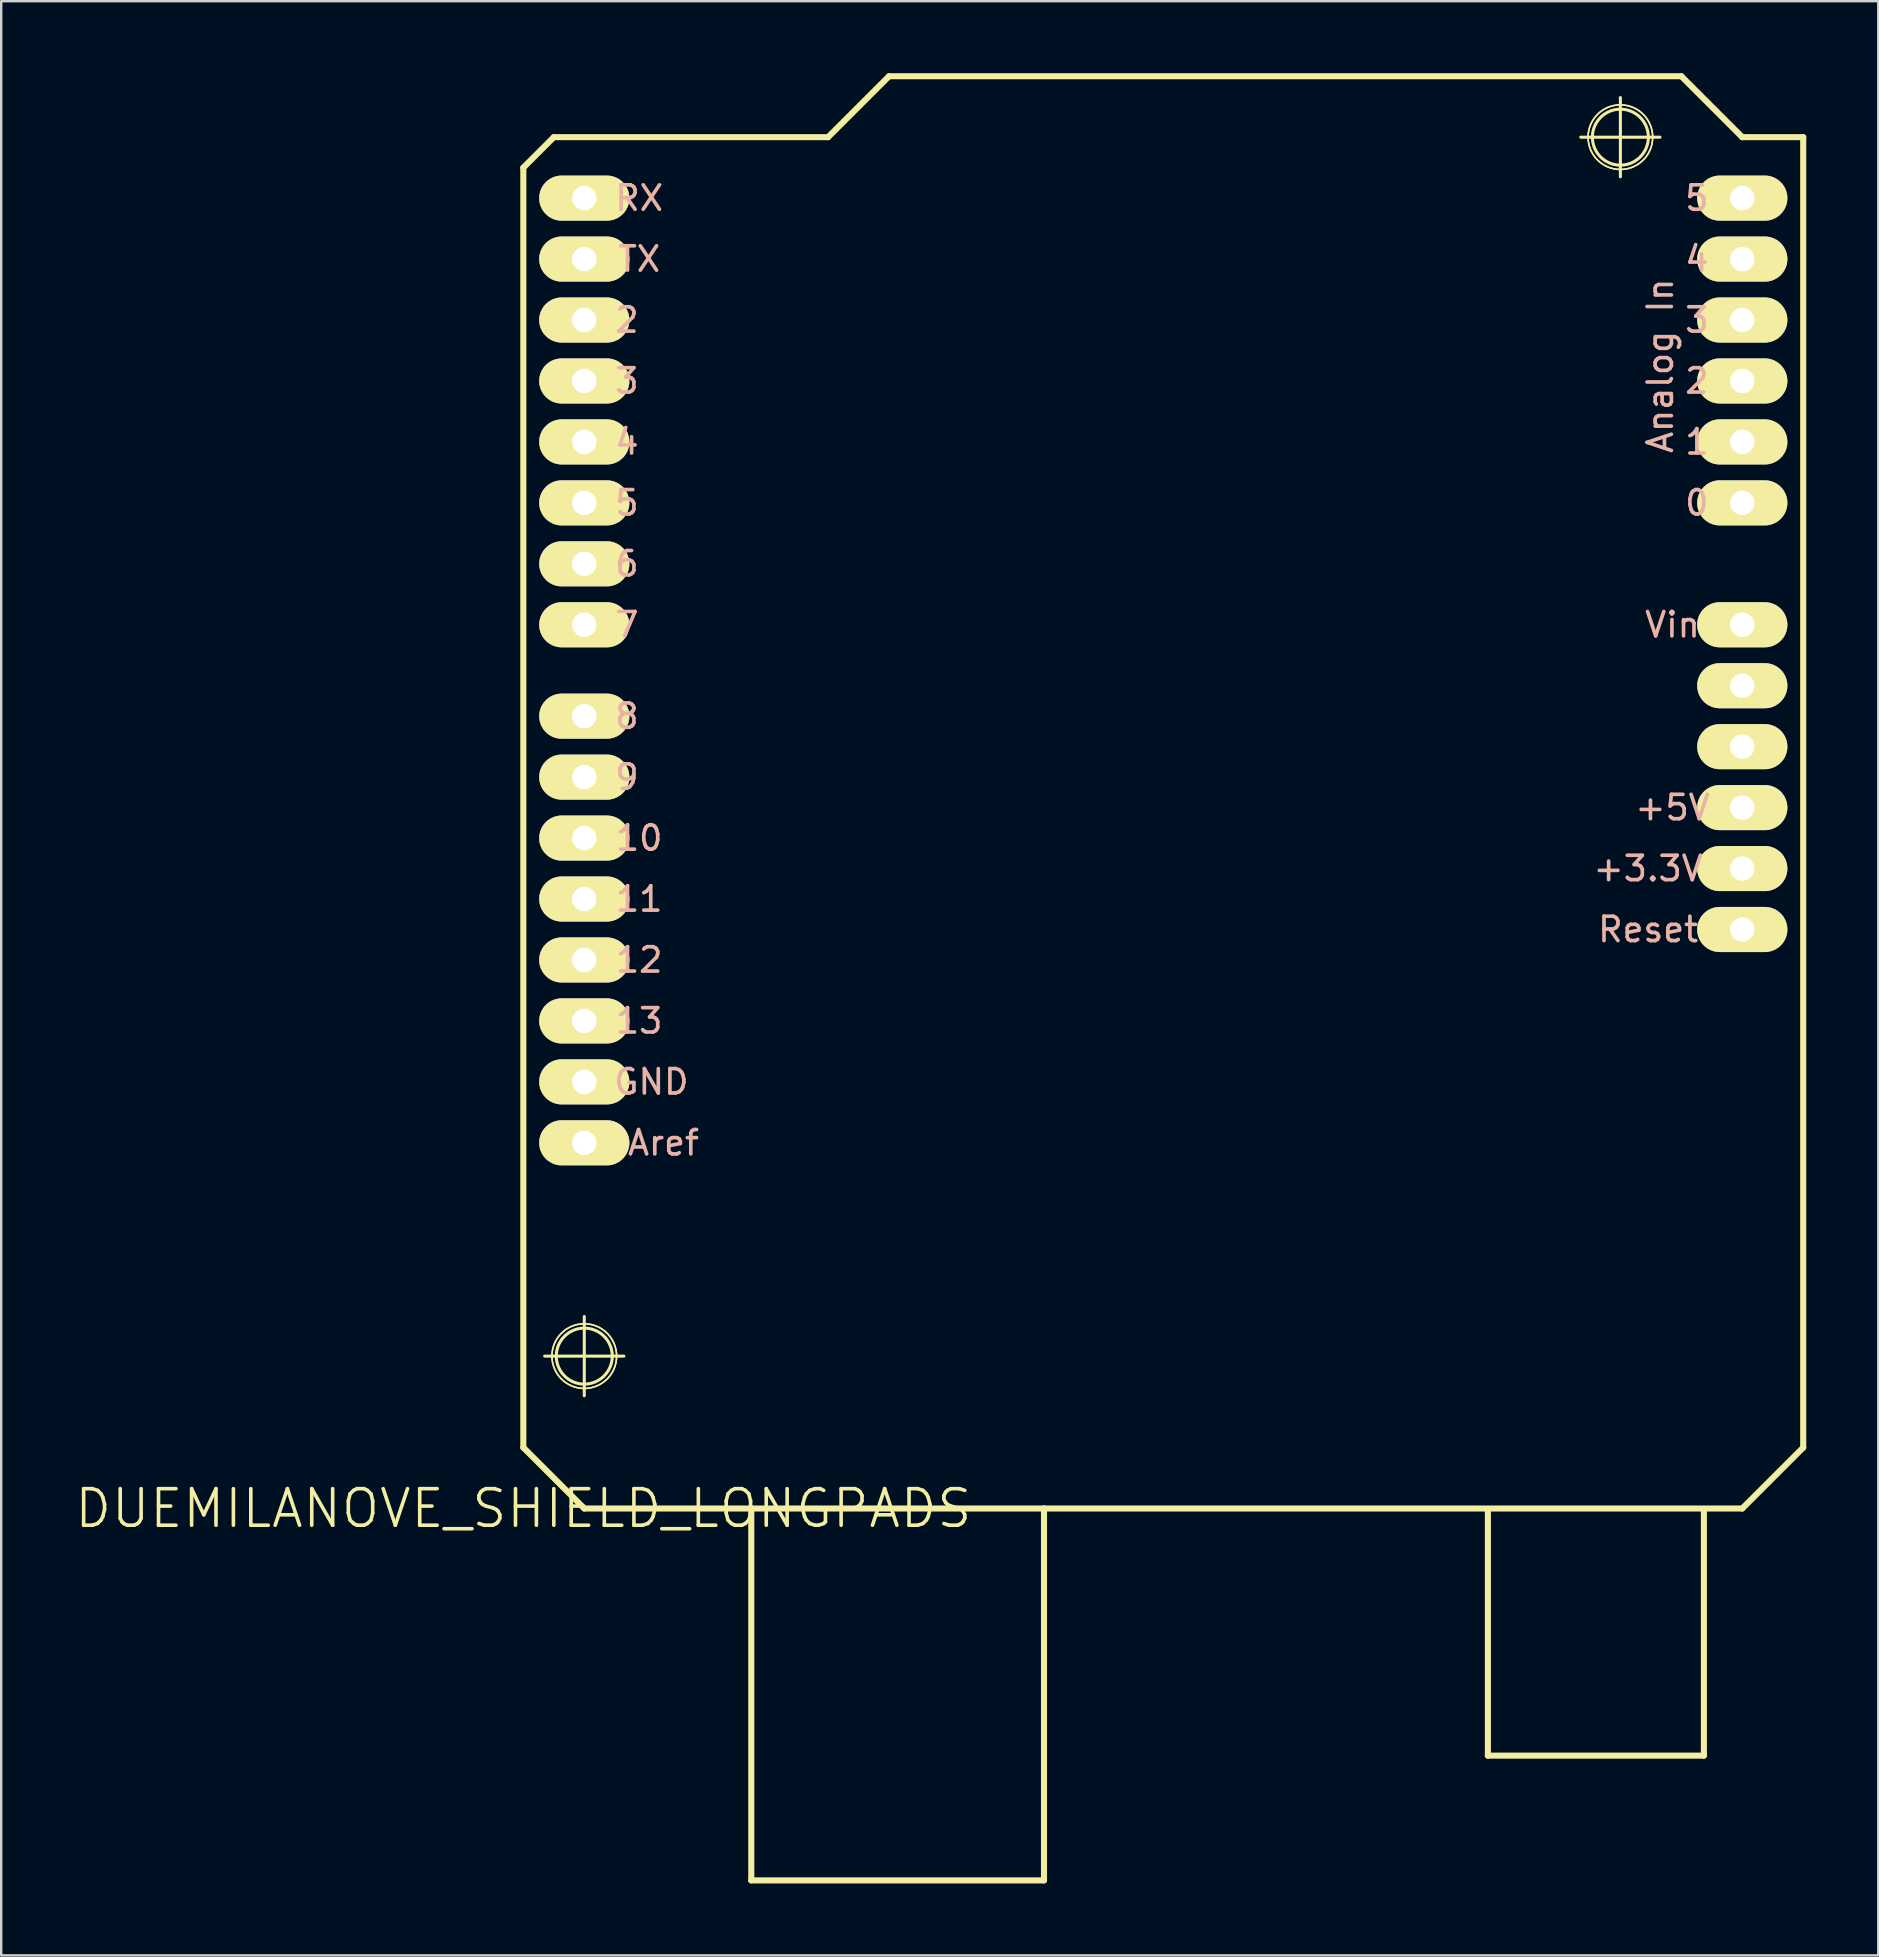
<source format=kicad_pcb>
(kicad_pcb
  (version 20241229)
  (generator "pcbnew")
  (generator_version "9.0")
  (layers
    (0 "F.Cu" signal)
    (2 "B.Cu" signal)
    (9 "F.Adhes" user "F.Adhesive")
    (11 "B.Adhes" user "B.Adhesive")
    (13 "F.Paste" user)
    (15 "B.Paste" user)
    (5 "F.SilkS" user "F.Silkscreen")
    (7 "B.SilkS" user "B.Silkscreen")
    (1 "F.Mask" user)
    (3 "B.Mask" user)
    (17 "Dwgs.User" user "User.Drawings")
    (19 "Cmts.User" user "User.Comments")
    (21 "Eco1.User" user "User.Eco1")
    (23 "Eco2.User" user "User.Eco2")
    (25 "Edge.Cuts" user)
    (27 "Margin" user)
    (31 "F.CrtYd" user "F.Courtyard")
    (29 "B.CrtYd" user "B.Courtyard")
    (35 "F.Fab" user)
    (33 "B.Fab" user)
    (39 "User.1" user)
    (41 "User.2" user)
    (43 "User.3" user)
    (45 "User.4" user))
  (footprint "DUEMILANOVE_SHIELD_LONGPADS"
    (layer "F.Cu")
    (at 18.76 59.817)
    (property "Reference" "DUEMILANOVE_SHIELD_LONGPADS" (at 0 0 0) (layer "F.SilkS") (effects (font (size 1.524 1.524) (thickness 0.15))))
    (attr exclude_from_pos_files exclude_from_bom)
    (fp_line (start 0 -55.88) (end 0 -2.54) (stroke (width 0.254) (type solid)) (layer "F.SilkS"))
    (fp_line (start 0 -2.54) (end 2.54 0) (stroke (width 0.254) (type solid)) (layer "F.SilkS"))
    (fp_line (start 0.889 -6.35) (end 4.191 -6.35) (stroke (width 0.127) (type solid)) (layer "F.SilkS"))
    (fp_line (start 1.27 -57.15) (end 0 -55.88) (stroke (width 0.254) (type solid)) (layer "F.SilkS"))
    (fp_line (start 2.54 -4.699) (end 2.54 -8.001) (stroke (width 0.127) (type solid)) (layer "F.SilkS"))
    (fp_line (start 2.54 0) (end 9.5 0) (stroke (width 0.254) (type solid)) (layer "F.SilkS"))
    (fp_line (start 9.5 0) (end 21.699 0) (stroke (width 0.254) (type solid)) (layer "F.SilkS"))
    (fp_line (start 9.5 15.499) (end 9.5 0) (stroke (width 0.254) (type solid)) (layer "F.SilkS"))
    (fp_line (start 9.5 15.499) (end 21.699 15.499) (stroke (width 0.254) (type solid)) (layer "F.SilkS"))
    (fp_line (start 12.7 -57.15) (end 1.27 -57.15) (stroke (width 0.254) (type solid)) (layer "F.SilkS"))
    (fp_line (start 15.24 -59.69) (end 12.7 -57.15) (stroke (width 0.254) (type solid)) (layer "F.SilkS"))
    (fp_line (start 21.699 0) (end 50.8 0) (stroke (width 0.254) (type solid)) (layer "F.SilkS"))
    (fp_line (start 21.699 15.499) (end 21.699 0) (stroke (width 0.254) (type solid)) (layer "F.SilkS"))
    (fp_line (start 40.198 10.3) (end 40.198 0.099) (stroke (width 0.254) (type solid)) (layer "F.SilkS"))
    (fp_line (start 40.198 10.3) (end 49.2 10.3) (stroke (width 0.254) (type solid)) (layer "F.SilkS"))
    (fp_line (start 44.069 -57.15) (end 47.371 -57.15) (stroke (width 0.127) (type solid)) (layer "F.SilkS"))
    (fp_line (start 45.72 -55.499) (end 45.72 -58.801) (stroke (width 0.127) (type solid)) (layer "F.SilkS"))
    (fp_line (start 48.26 -59.69) (end 15.24 -59.69) (stroke (width 0.254) (type solid)) (layer "F.SilkS"))
    (fp_line (start 49.2 10.3) (end 49.2 0.099) (stroke (width 0.254) (type solid)) (layer "F.SilkS"))
    (fp_line (start 50.8 -57.15) (end 48.26 -59.69) (stroke (width 0.254) (type solid)) (layer "F.SilkS"))
    (fp_line (start 50.8 0) (end 53.34 -2.54) (stroke (width 0.254) (type solid)) (layer "F.SilkS"))
    (fp_line (start 53.34 -57.15) (end 50.8 -57.15) (stroke (width 0.254) (type solid)) (layer "F.SilkS"))
    (fp_line (start 53.34 -2.54) (end 53.34 -57.15) (stroke (width 0.254) (type solid)) (layer "F.SilkS"))
    (fp_circle (center 2.54 -6.35) (end 3.365 -7.176) (stroke (width 0.127) (type solid)) (fill no) (layer "F.SilkS"))
    (fp_circle (center 2.54 -6.35) (end 3.493 -7.303) (stroke (width 0.064) (type solid)) (fill no) (layer "F.SilkS"))
    (fp_circle (center 2.54 -6.35) (end 3.493 -7.303) (stroke (width 0.064) (type solid)) (fill no) (layer "F.SilkS"))
    (fp_circle (center 45.72 -57.15) (end 46.545 -57.975) (stroke (width 0.127) (type solid)) (fill no) (layer "F.SilkS"))
    (fp_circle (center 45.72 -57.15) (end 46.672 -58.102) (stroke (width 0.064) (type solid)) (fill no) (layer "F.SilkS"))
    (fp_circle (center 45.72 -57.15) (end 46.672 -58.102) (stroke (width 0.064) (type solid)) (fill no) (layer "F.SilkS"))
    (fp_text user "7" (at 4.318 -36.83 0) (layer "B.SilkS") (effects (font (size 1.016 1.016) (thickness 0.152))))
    (fp_text user "5" (at 4.318 -41.91 0) (layer "B.SilkS") (effects (font (size 1.016 1.016) (thickness 0.152))))
    (fp_text user "11" (at 4.826 -25.4 0) (layer "B.SilkS") (effects (font (size 1.016 1.016) (thickness 0.152))))
    (fp_text user "4" (at 48.908 -52.07 180) (layer "B.SilkS") (effects (font (size 1.016 1.016) (thickness 0.152))))
    (fp_text user "Aref" (at 5.842 -15.24 0) (layer "B.SilkS") (effects (font (size 1.016 1.016) (thickness 0.152))))
    (fp_text user "12" (at 4.826 -22.86 0) (layer "B.SilkS") (effects (font (size 1.016 1.016) (thickness 0.152))))
    (fp_text user "Vin" (at 47.892 -36.83 180) (layer "B.SilkS") (effects (font (size 1.016 1.016) (thickness 0.152))))
    (fp_text user "Analog In" (at 47.384 -47.625 270) (layer "B.SilkS") (effects (font (size 1.016 1.016) (thickness 0.152))))
    (fp_text user "RX" (at 4.826 -54.61 0) (layer "B.SilkS") (effects (font (size 1.016 1.016) (thickness 0.152))))
    (fp_text user "6" (at 4.318 -39.37 0) (layer "B.SilkS") (effects (font (size 1.016 1.016) (thickness 0.152))))
    (fp_text user "0" (at 48.908 -41.91 180) (layer "B.SilkS") (effects (font (size 1.016 1.016) (thickness 0.152))))
    (fp_text user "9" (at 4.318 -30.48 0) (layer "B.SilkS") (effects (font (size 1.016 1.016) (thickness 0.152))))
    (fp_text user "3" (at 4.318 -46.99 0) (layer "B.SilkS") (effects (font (size 1.016 1.016) (thickness 0.152))))
    (fp_text user "+5V" (at 47.892 -29.21 180) (layer "B.SilkS") (effects (font (size 1.016 1.016) (thickness 0.152))))
    (fp_text user "2" (at 4.318 -49.53 0) (layer "B.SilkS") (effects (font (size 1.016 1.016) (thickness 0.152))))
    (fp_text user "3" (at 48.908 -49.53 180) (layer "B.SilkS") (effects (font (size 1.016 1.016) (thickness 0.152))))
    (fp_text user "2" (at 48.908 -46.99 180) (layer "B.SilkS") (effects (font (size 1.016 1.016) (thickness 0.152))))
    (fp_text user "TX" (at 4.826 -52.07 0) (layer "B.SilkS") (effects (font (size 1.016 1.016) (thickness 0.152))))
    (fp_text user "13" (at 4.826 -20.32 0) (layer "B.SilkS") (effects (font (size 1.016 1.016) (thickness 0.152))))
    (fp_text user "4" (at 4.318 -44.45 0) (layer "B.SilkS") (effects (font (size 1.016 1.016) (thickness 0.152))))
    (fp_text user "1" (at 48.908 -44.45 180) (layer "B.SilkS") (effects (font (size 1.016 1.016) (thickness 0.152))))
    (fp_text user "Reset" (at 46.876 -24.13 180) (layer "B.SilkS") (effects (font (size 1.016 1.016) (thickness 0.152))))
    (fp_text user "10" (at 4.826 -27.94 0) (layer "B.SilkS") (effects (font (size 1.016 1.016) (thickness 0.152))))
    (fp_text user "+3.3V" (at 46.876 -26.67 180) (layer "B.SilkS") (effects (font (size 1.016 1.016) (thickness 0.152))))
    (fp_text user "GND" (at 5.334 -17.78 0) (layer "B.SilkS") (effects (font (size 1.016 1.016) (thickness 0.152))))
    (fp_text user "5" (at 48.908 -54.61 180) (layer "B.SilkS") (effects (font (size 1.016 1.016) (thickness 0.152))))
    (fp_text user "8" (at 4.318 -33.02 0) (layer "B.SilkS") (effects (font (size 1.016 1.016) (thickness 0.152))))
    (pad "3.3V" thru_hole oval (at 50.8 -26.67 270) (size 1.88 3.759) (drill 1.016) (layers "*.Cu" "F.Mask" "F.SilkS" "F.Paste"))
    (pad "5V" thru_hole oval (at 50.8 -29.21 270) (size 1.88 3.759) (drill 1.016) (layers "*.Cu" "F.Mask" "F.SilkS" "F.Paste"))
    (pad "A0" thru_hole oval (at 50.8 -41.91 270) (size 1.88 3.759) (drill 1.016) (layers "*.Cu" "F.Mask" "F.SilkS" "F.Paste"))
    (pad "A1" thru_hole oval (at 50.8 -44.45 270) (size 1.88 3.759) (drill 1.016) (layers "*.Cu" "F.Mask" "F.SilkS" "F.Paste"))
    (pad "A2" thru_hole oval (at 50.8 -46.99 270) (size 1.88 3.759) (drill 1.016) (layers "*.Cu" "F.Mask" "F.SilkS" "F.Paste"))
    (pad "A3" thru_hole oval (at 50.8 -49.53 270) (size 1.88 3.759) (drill 1.016) (layers "*.Cu" "F.Mask" "F.SilkS" "F.Paste"))
    (pad "A4" thru_hole oval (at 50.8 -52.07 270) (size 1.88 3.759) (drill 1.016) (layers "*.Cu" "F.Mask" "F.SilkS" "F.Paste"))
    (pad "A5" thru_hole oval (at 50.8 -54.61 270) (size 1.88 3.759) (drill 1.016) (layers "*.Cu" "F.Mask" "F.SilkS" "F.Paste"))
    (pad "AREF" thru_hole oval (at 2.54 -15.24 270) (size 1.88 3.759) (drill 1.016) (layers "*.Cu" "F.Mask" "F.SilkS" "F.Paste"))
    (pad "D2" thru_hole oval (at 2.54 -49.53 270) (size 1.88 3.759) (drill 1.016) (layers "*.Cu" "F.Mask" "F.SilkS" "F.Paste"))
    (pad "D3" thru_hole oval (at 2.54 -46.99 270) (size 1.88 3.759) (drill 1.016) (layers "*.Cu" "F.Mask" "F.SilkS" "F.Paste"))
    (pad "D4" thru_hole oval (at 2.54 -44.45 270) (size 1.88 3.759) (drill 1.016) (layers "*.Cu" "F.Mask" "F.SilkS" "F.Paste"))
    (pad "D5" thru_hole oval (at 2.54 -41.91 270) (size 1.88 3.759) (drill 1.016) (layers "*.Cu" "F.Mask" "F.SilkS" "F.Paste"))
    (pad "D6" thru_hole oval (at 2.54 -39.37 270) (size 1.88 3.759) (drill 1.016) (layers "*.Cu" "F.Mask" "F.SilkS" "F.Paste"))
    (pad "D7" thru_hole oval (at 2.54 -36.83 270) (size 1.88 3.759) (drill 1.016) (layers "*.Cu" "F.Mask" "F.SilkS" "F.Paste"))
    (pad "D8" thru_hole oval (at 2.54 -33.02 270) (size 1.88 3.759) (drill 1.016) (layers "*.Cu" "F.Mask" "F.SilkS" "F.Paste"))
    (pad "D9" thru_hole oval (at 2.54 -30.48 270) (size 1.88 3.759) (drill 1.016) (layers "*.Cu" "F.Mask" "F.SilkS" "F.Paste"))
    (pad "D10" thru_hole oval (at 2.54 -27.94 270) (size 1.88 3.759) (drill 1.016) (layers "*.Cu" "F.Mask" "F.SilkS" "F.Paste"))
    (pad "D11" thru_hole oval (at 2.54 -25.4 270) (size 1.88 3.759) (drill 1.016) (layers "*.Cu" "F.Mask" "F.SilkS" "F.Paste"))
    (pad "D12" thru_hole oval (at 2.54 -22.86 270) (size 1.88 3.759) (drill 1.016) (layers "*.Cu" "F.Mask" "F.SilkS" "F.Paste"))
    (pad "D13" thru_hole oval (at 2.54 -20.32 270) (size 1.88 3.759) (drill 1.016) (layers "*.Cu" "F.Mask" "F.SilkS" "F.Paste"))
    (pad "GND@" thru_hole oval (at 2.54 -17.78 270) (size 1.88 3.759) (drill 1.016) (layers "*.Cu" "F.Mask" "F.SilkS" "F.Paste"))
    (pad "GND@" thru_hole oval (at 50.8 -34.29 270) (size 1.88 3.759) (drill 1.016) (layers "*.Cu" "F.Mask" "F.SilkS" "F.Paste"))
    (pad "GND@" thru_hole oval (at 50.8 -31.75 270) (size 1.88 3.759) (drill 1.016) (layers "*.Cu" "F.Mask" "F.SilkS" "F.Paste"))
    (pad "RES" thru_hole oval (at 50.8 -24.13 270) (size 1.88 3.759) (drill 1.016) (layers "*.Cu" "F.Mask" "F.SilkS" "F.Paste"))
    (pad "RX" thru_hole oval (at 2.54 -54.61 270) (size 1.88 3.759) (drill 1.016) (layers "*.Cu" "F.Mask" "F.SilkS" "F.Paste"))
    (pad "TX" thru_hole oval (at 2.54 -52.07 270) (size 1.88 3.759) (drill 1.016) (layers "*.Cu" "F.Mask" "F.SilkS" "F.Paste"))
    (pad "VIN" thru_hole oval (at 50.8 -36.83 270) (size 1.88 3.759) (drill 1.016) (layers "*.Cu" "F.Mask" "F.SilkS" "F.Paste")))
  (gr_rect
    (start -3 -3)
    (end 75.227 78.443)
    (stroke (width 0.1) (type default))
    (fill no)
    (layer "Edge.Cuts")))
</source>
